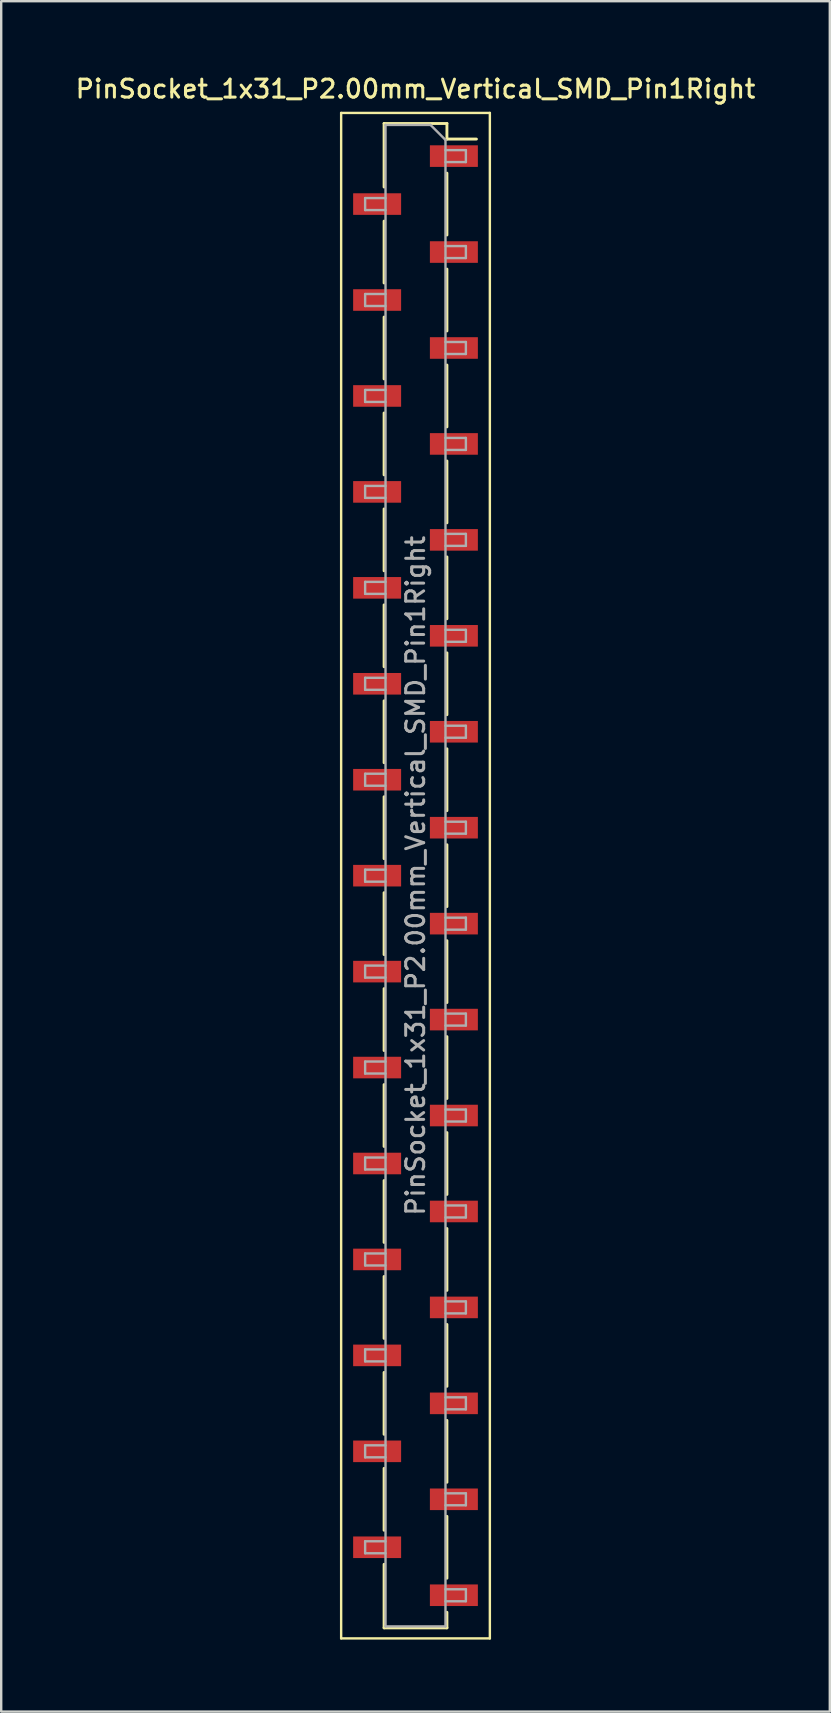
<source format=kicad_pcb>
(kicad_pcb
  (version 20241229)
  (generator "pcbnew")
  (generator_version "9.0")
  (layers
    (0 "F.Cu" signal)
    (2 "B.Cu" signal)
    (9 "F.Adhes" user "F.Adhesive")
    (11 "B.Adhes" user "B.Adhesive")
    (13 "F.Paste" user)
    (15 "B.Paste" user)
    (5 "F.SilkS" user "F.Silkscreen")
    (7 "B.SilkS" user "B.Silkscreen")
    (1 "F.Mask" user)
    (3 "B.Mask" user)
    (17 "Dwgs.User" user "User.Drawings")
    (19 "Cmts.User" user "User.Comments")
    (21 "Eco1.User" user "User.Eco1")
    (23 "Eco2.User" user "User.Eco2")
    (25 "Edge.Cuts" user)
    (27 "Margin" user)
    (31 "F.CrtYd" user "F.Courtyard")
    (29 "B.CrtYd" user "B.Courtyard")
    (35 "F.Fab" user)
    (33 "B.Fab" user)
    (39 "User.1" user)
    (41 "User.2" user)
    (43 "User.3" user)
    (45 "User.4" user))
  (footprint "PinSocket_1x31_P2.00mm_Vertical_SMD_Pin1Right"
    (layer "F.Cu")
    (at 14.273 33.458)
    (property "Reference" "PinSocket_1x31_P2.00mm_Vertical_SMD_Pin1Right" (at 0 -32.8 0) (layer "F.SilkS") (effects (font (size 0.75 0.75) (thickness 0.125))))
    (attr smd)
    (fp_line (start -3.1 -31.8) (end 3.1 -31.8) (stroke (width 0.1) (type solid)) (layer "F.SilkS"))
    (fp_line (start -3.1 31.8) (end -3.1 -31.8) (stroke (width 0.1) (type solid)) (layer "F.SilkS"))
    (fp_line (start -1.31 -31.36) (end -1.31 -28.71) (stroke (width 0.12) (type solid)) (layer "F.SilkS"))
    (fp_line (start -1.31 -31.36) (end 1.31 -31.36) (stroke (width 0.12) (type solid)) (layer "F.SilkS"))
    (fp_line (start -1.31 -27.29) (end -1.31 -24.71) (stroke (width 0.12) (type solid)) (layer "F.SilkS"))
    (fp_line (start -1.31 -23.29) (end -1.31 -20.71) (stroke (width 0.12) (type solid)) (layer "F.SilkS"))
    (fp_line (start -1.31 -19.29) (end -1.31 -16.71) (stroke (width 0.12) (type solid)) (layer "F.SilkS"))
    (fp_line (start -1.31 -15.29) (end -1.31 -12.71) (stroke (width 0.12) (type solid)) (layer "F.SilkS"))
    (fp_line (start -1.31 -11.29) (end -1.31 -8.71) (stroke (width 0.12) (type solid)) (layer "F.SilkS"))
    (fp_line (start -1.31 -7.29) (end -1.31 -4.71) (stroke (width 0.12) (type solid)) (layer "F.SilkS"))
    (fp_line (start -1.31 -3.29) (end -1.31 -0.71) (stroke (width 0.12) (type solid)) (layer "F.SilkS"))
    (fp_line (start -1.31 0.71) (end -1.31 3.29) (stroke (width 0.12) (type solid)) (layer "F.SilkS"))
    (fp_line (start -1.31 4.71) (end -1.31 7.29) (stroke (width 0.12) (type solid)) (layer "F.SilkS"))
    (fp_line (start -1.31 8.71) (end -1.31 11.29) (stroke (width 0.12) (type solid)) (layer "F.SilkS"))
    (fp_line (start -1.31 12.71) (end -1.31 15.29) (stroke (width 0.12) (type solid)) (layer "F.SilkS"))
    (fp_line (start -1.31 16.71) (end -1.31 19.29) (stroke (width 0.12) (type solid)) (layer "F.SilkS"))
    (fp_line (start -1.31 20.71) (end -1.31 23.29) (stroke (width 0.12) (type solid)) (layer "F.SilkS"))
    (fp_line (start -1.31 24.71) (end -1.31 27.29) (stroke (width 0.12) (type solid)) (layer "F.SilkS"))
    (fp_line (start -1.31 28.71) (end -1.31 31.36) (stroke (width 0.12) (type solid)) (layer "F.SilkS"))
    (fp_line (start -1.31 31.36) (end 1.31 31.36) (stroke (width 0.12) (type solid)) (layer "F.SilkS"))
    (fp_line (start 1.31 -31.36) (end 1.31 -30.71) (stroke (width 0.12) (type solid)) (layer "F.SilkS"))
    (fp_line (start 1.31 -30.71) (end 2.54 -30.71) (stroke (width 0.12) (type solid)) (layer "F.SilkS"))
    (fp_line (start 1.31 -29.29) (end 1.31 -26.71) (stroke (width 0.12) (type solid)) (layer "F.SilkS"))
    (fp_line (start 1.31 -25.29) (end 1.31 -22.71) (stroke (width 0.12) (type solid)) (layer "F.SilkS"))
    (fp_line (start 1.31 -21.29) (end 1.31 -18.71) (stroke (width 0.12) (type solid)) (layer "F.SilkS"))
    (fp_line (start 1.31 -17.29) (end 1.31 -14.71) (stroke (width 0.12) (type solid)) (layer "F.SilkS"))
    (fp_line (start 1.31 -13.29) (end 1.31 -10.71) (stroke (width 0.12) (type solid)) (layer "F.SilkS"))
    (fp_line (start 1.31 -9.29) (end 1.31 -6.71) (stroke (width 0.12) (type solid)) (layer "F.SilkS"))
    (fp_line (start 1.31 -5.29) (end 1.31 -2.71) (stroke (width 0.12) (type solid)) (layer "F.SilkS"))
    (fp_line (start 1.31 -1.29) (end 1.31 1.29) (stroke (width 0.12) (type solid)) (layer "F.SilkS"))
    (fp_line (start 1.31 2.71) (end 1.31 5.29) (stroke (width 0.12) (type solid)) (layer "F.SilkS"))
    (fp_line (start 1.31 6.71) (end 1.31 9.29) (stroke (width 0.12) (type solid)) (layer "F.SilkS"))
    (fp_line (start 1.31 10.71) (end 1.31 13.29) (stroke (width 0.12) (type solid)) (layer "F.SilkS"))
    (fp_line (start 1.31 14.71) (end 1.31 17.29) (stroke (width 0.12) (type solid)) (layer "F.SilkS"))
    (fp_line (start 1.31 18.71) (end 1.31 21.29) (stroke (width 0.12) (type solid)) (layer "F.SilkS"))
    (fp_line (start 1.31 22.71) (end 1.31 25.29) (stroke (width 0.12) (type solid)) (layer "F.SilkS"))
    (fp_line (start 1.31 26.71) (end 1.31 29.29) (stroke (width 0.12) (type solid)) (layer "F.SilkS"))
    (fp_line (start 1.31 30.71) (end 1.31 31.36) (stroke (width 0.12) (type solid)) (layer "F.SilkS"))
    (fp_line (start 3.1 -31.8) (end 3.1 31.8) (stroke (width 0.1) (type solid)) (layer "F.SilkS"))
    (fp_line (start 3.1 31.8) (end -3.1 31.8) (stroke (width 0.1) (type solid)) (layer "F.SilkS"))
    (fp_line (start -2.1 -28.25) (end -1.25 -28.25) (stroke (width 0.1) (type solid)) (layer "F.Fab"))
    (fp_line (start -2.1 -27.75) (end -2.1 -28.25) (stroke (width 0.1) (type solid)) (layer "F.Fab"))
    (fp_line (start -2.1 -24.25) (end -1.25 -24.25) (stroke (width 0.1) (type solid)) (layer "F.Fab"))
    (fp_line (start -2.1 -23.75) (end -2.1 -24.25) (stroke (width 0.1) (type solid)) (layer "F.Fab"))
    (fp_line (start -2.1 -20.25) (end -1.25 -20.25) (stroke (width 0.1) (type solid)) (layer "F.Fab"))
    (fp_line (start -2.1 -19.75) (end -2.1 -20.25) (stroke (width 0.1) (type solid)) (layer "F.Fab"))
    (fp_line (start -2.1 -16.25) (end -1.25 -16.25) (stroke (width 0.1) (type solid)) (layer "F.Fab"))
    (fp_line (start -2.1 -15.75) (end -2.1 -16.25) (stroke (width 0.1) (type solid)) (layer "F.Fab"))
    (fp_line (start -2.1 -12.25) (end -1.25 -12.25) (stroke (width 0.1) (type solid)) (layer "F.Fab"))
    (fp_line (start -2.1 -11.75) (end -2.1 -12.25) (stroke (width 0.1) (type solid)) (layer "F.Fab"))
    (fp_line (start -2.1 -8.25) (end -1.25 -8.25) (stroke (width 0.1) (type solid)) (layer "F.Fab"))
    (fp_line (start -2.1 -7.75) (end -2.1 -8.25) (stroke (width 0.1) (type solid)) (layer "F.Fab"))
    (fp_line (start -2.1 -4.25) (end -1.25 -4.25) (stroke (width 0.1) (type solid)) (layer "F.Fab"))
    (fp_line (start -2.1 -3.75) (end -2.1 -4.25) (stroke (width 0.1) (type solid)) (layer "F.Fab"))
    (fp_line (start -2.1 -0.25) (end -1.25 -0.25) (stroke (width 0.1) (type solid)) (layer "F.Fab"))
    (fp_line (start -2.1 0.25) (end -2.1 -0.25) (stroke (width 0.1) (type solid)) (layer "F.Fab"))
    (fp_line (start -2.1 3.75) (end -1.25 3.75) (stroke (width 0.1) (type solid)) (layer "F.Fab"))
    (fp_line (start -2.1 4.25) (end -2.1 3.75) (stroke (width 0.1) (type solid)) (layer "F.Fab"))
    (fp_line (start -2.1 7.75) (end -1.25 7.75) (stroke (width 0.1) (type solid)) (layer "F.Fab"))
    (fp_line (start -2.1 8.25) (end -2.1 7.75) (stroke (width 0.1) (type solid)) (layer "F.Fab"))
    (fp_line (start -2.1 11.75) (end -1.25 11.75) (stroke (width 0.1) (type solid)) (layer "F.Fab"))
    (fp_line (start -2.1 12.25) (end -2.1 11.75) (stroke (width 0.1) (type solid)) (layer "F.Fab"))
    (fp_line (start -2.1 15.75) (end -1.25 15.75) (stroke (width 0.1) (type solid)) (layer "F.Fab"))
    (fp_line (start -2.1 16.25) (end -2.1 15.75) (stroke (width 0.1) (type solid)) (layer "F.Fab"))
    (fp_line (start -2.1 19.75) (end -1.25 19.75) (stroke (width 0.1) (type solid)) (layer "F.Fab"))
    (fp_line (start -2.1 20.25) (end -2.1 19.75) (stroke (width 0.1) (type solid)) (layer "F.Fab"))
    (fp_line (start -2.1 23.75) (end -1.25 23.75) (stroke (width 0.1) (type solid)) (layer "F.Fab"))
    (fp_line (start -2.1 24.25) (end -2.1 23.75) (stroke (width 0.1) (type solid)) (layer "F.Fab"))
    (fp_line (start -2.1 27.75) (end -1.25 27.75) (stroke (width 0.1) (type solid)) (layer "F.Fab"))
    (fp_line (start -2.1 28.25) (end -2.1 27.75) (stroke (width 0.1) (type solid)) (layer "F.Fab"))
    (fp_line (start -1.25 -31.3) (end 0.625 -31.3) (stroke (width 0.1) (type solid)) (layer "F.Fab"))
    (fp_line (start -1.25 -27.75) (end -2.1 -27.75) (stroke (width 0.1) (type solid)) (layer "F.Fab"))
    (fp_line (start -1.25 -23.75) (end -2.1 -23.75) (stroke (width 0.1) (type solid)) (layer "F.Fab"))
    (fp_line (start -1.25 -19.75) (end -2.1 -19.75) (stroke (width 0.1) (type solid)) (layer "F.Fab"))
    (fp_line (start -1.25 -15.75) (end -2.1 -15.75) (stroke (width 0.1) (type solid)) (layer "F.Fab"))
    (fp_line (start -1.25 -11.75) (end -2.1 -11.75) (stroke (width 0.1) (type solid)) (layer "F.Fab"))
    (fp_line (start -1.25 -7.75) (end -2.1 -7.75) (stroke (width 0.1) (type solid)) (layer "F.Fab"))
    (fp_line (start -1.25 -3.75) (end -2.1 -3.75) (stroke (width 0.1) (type solid)) (layer "F.Fab"))
    (fp_line (start -1.25 0.25) (end -2.1 0.25) (stroke (width 0.1) (type solid)) (layer "F.Fab"))
    (fp_line (start -1.25 4.25) (end -2.1 4.25) (stroke (width 0.1) (type solid)) (layer "F.Fab"))
    (fp_line (start -1.25 8.25) (end -2.1 8.25) (stroke (width 0.1) (type solid)) (layer "F.Fab"))
    (fp_line (start -1.25 12.25) (end -2.1 12.25) (stroke (width 0.1) (type solid)) (layer "F.Fab"))
    (fp_line (start -1.25 16.25) (end -2.1 16.25) (stroke (width 0.1) (type solid)) (layer "F.Fab"))
    (fp_line (start -1.25 20.25) (end -2.1 20.25) (stroke (width 0.1) (type solid)) (layer "F.Fab"))
    (fp_line (start -1.25 24.25) (end -2.1 24.25) (stroke (width 0.1) (type solid)) (layer "F.Fab"))
    (fp_line (start -1.25 28.25) (end -2.1 28.25) (stroke (width 0.1) (type solid)) (layer "F.Fab"))
    (fp_line (start -1.25 31.3) (end -1.25 -31.3) (stroke (width 0.1) (type solid)) (layer "F.Fab"))
    (fp_line (start 0.625 -31.3) (end 1.25 -30.675) (stroke (width 0.1) (type solid)) (layer "F.Fab"))
    (fp_line (start 1.25 -30.675) (end 1.25 31.3) (stroke (width 0.1) (type solid)) (layer "F.Fab"))
    (fp_line (start 1.25 -30.25) (end 2.1 -30.25) (stroke (width 0.1) (type solid)) (layer "F.Fab"))
    (fp_line (start 1.25 -26.25) (end 2.1 -26.25) (stroke (width 0.1) (type solid)) (layer "F.Fab"))
    (fp_line (start 1.25 -22.25) (end 2.1 -22.25) (stroke (width 0.1) (type solid)) (layer "F.Fab"))
    (fp_line (start 1.25 -18.25) (end 2.1 -18.25) (stroke (width 0.1) (type solid)) (layer "F.Fab"))
    (fp_line (start 1.25 -14.25) (end 2.1 -14.25) (stroke (width 0.1) (type solid)) (layer "F.Fab"))
    (fp_line (start 1.25 -10.25) (end 2.1 -10.25) (stroke (width 0.1) (type solid)) (layer "F.Fab"))
    (fp_line (start 1.25 -6.25) (end 2.1 -6.25) (stroke (width 0.1) (type solid)) (layer "F.Fab"))
    (fp_line (start 1.25 -2.25) (end 2.1 -2.25) (stroke (width 0.1) (type solid)) (layer "F.Fab"))
    (fp_line (start 1.25 1.75) (end 2.1 1.75) (stroke (width 0.1) (type solid)) (layer "F.Fab"))
    (fp_line (start 1.25 5.75) (end 2.1 5.75) (stroke (width 0.1) (type solid)) (layer "F.Fab"))
    (fp_line (start 1.25 9.75) (end 2.1 9.75) (stroke (width 0.1) (type solid)) (layer "F.Fab"))
    (fp_line (start 1.25 13.75) (end 2.1 13.75) (stroke (width 0.1) (type solid)) (layer "F.Fab"))
    (fp_line (start 1.25 17.75) (end 2.1 17.75) (stroke (width 0.1) (type solid)) (layer "F.Fab"))
    (fp_line (start 1.25 21.75) (end 2.1 21.75) (stroke (width 0.1) (type solid)) (layer "F.Fab"))
    (fp_line (start 1.25 25.75) (end 2.1 25.75) (stroke (width 0.1) (type solid)) (layer "F.Fab"))
    (fp_line (start 1.25 29.75) (end 2.1 29.75) (stroke (width 0.1) (type solid)) (layer "F.Fab"))
    (fp_line (start 1.25 31.3) (end -1.25 31.3) (stroke (width 0.1) (type solid)) (layer "F.Fab"))
    (fp_line (start 2.1 -30.25) (end 2.1 -29.75) (stroke (width 0.1) (type solid)) (layer "F.Fab"))
    (fp_line (start 2.1 -29.75) (end 1.25 -29.75) (stroke (width 0.1) (type solid)) (layer "F.Fab"))
    (fp_line (start 2.1 -26.25) (end 2.1 -25.75) (stroke (width 0.1) (type solid)) (layer "F.Fab"))
    (fp_line (start 2.1 -25.75) (end 1.25 -25.75) (stroke (width 0.1) (type solid)) (layer "F.Fab"))
    (fp_line (start 2.1 -22.25) (end 2.1 -21.75) (stroke (width 0.1) (type solid)) (layer "F.Fab"))
    (fp_line (start 2.1 -21.75) (end 1.25 -21.75) (stroke (width 0.1) (type solid)) (layer "F.Fab"))
    (fp_line (start 2.1 -18.25) (end 2.1 -17.75) (stroke (width 0.1) (type solid)) (layer "F.Fab"))
    (fp_line (start 2.1 -17.75) (end 1.25 -17.75) (stroke (width 0.1) (type solid)) (layer "F.Fab"))
    (fp_line (start 2.1 -14.25) (end 2.1 -13.75) (stroke (width 0.1) (type solid)) (layer "F.Fab"))
    (fp_line (start 2.1 -13.75) (end 1.25 -13.75) (stroke (width 0.1) (type solid)) (layer "F.Fab"))
    (fp_line (start 2.1 -10.25) (end 2.1 -9.75) (stroke (width 0.1) (type solid)) (layer "F.Fab"))
    (fp_line (start 2.1 -9.75) (end 1.25 -9.75) (stroke (width 0.1) (type solid)) (layer "F.Fab"))
    (fp_line (start 2.1 -6.25) (end 2.1 -5.75) (stroke (width 0.1) (type solid)) (layer "F.Fab"))
    (fp_line (start 2.1 -5.75) (end 1.25 -5.75) (stroke (width 0.1) (type solid)) (layer "F.Fab"))
    (fp_line (start 2.1 -2.25) (end 2.1 -1.75) (stroke (width 0.1) (type solid)) (layer "F.Fab"))
    (fp_line (start 2.1 -1.75) (end 1.25 -1.75) (stroke (width 0.1) (type solid)) (layer "F.Fab"))
    (fp_line (start 2.1 1.75) (end 2.1 2.25) (stroke (width 0.1) (type solid)) (layer "F.Fab"))
    (fp_line (start 2.1 2.25) (end 1.25 2.25) (stroke (width 0.1) (type solid)) (layer "F.Fab"))
    (fp_line (start 2.1 5.75) (end 2.1 6.25) (stroke (width 0.1) (type solid)) (layer "F.Fab"))
    (fp_line (start 2.1 6.25) (end 1.25 6.25) (stroke (width 0.1) (type solid)) (layer "F.Fab"))
    (fp_line (start 2.1 9.75) (end 2.1 10.25) (stroke (width 0.1) (type solid)) (layer "F.Fab"))
    (fp_line (start 2.1 10.25) (end 1.25 10.25) (stroke (width 0.1) (type solid)) (layer "F.Fab"))
    (fp_line (start 2.1 13.75) (end 2.1 14.25) (stroke (width 0.1) (type solid)) (layer "F.Fab"))
    (fp_line (start 2.1 14.25) (end 1.25 14.25) (stroke (width 0.1) (type solid)) (layer "F.Fab"))
    (fp_line (start 2.1 17.75) (end 2.1 18.25) (stroke (width 0.1) (type solid)) (layer "F.Fab"))
    (fp_line (start 2.1 18.25) (end 1.25 18.25) (stroke (width 0.1) (type solid)) (layer "F.Fab"))
    (fp_line (start 2.1 21.75) (end 2.1 22.25) (stroke (width 0.1) (type solid)) (layer "F.Fab"))
    (fp_line (start 2.1 22.25) (end 1.25 22.25) (stroke (width 0.1) (type solid)) (layer "F.Fab"))
    (fp_line (start 2.1 25.75) (end 2.1 26.25) (stroke (width 0.1) (type solid)) (layer "F.Fab"))
    (fp_line (start 2.1 26.25) (end 1.25 26.25) (stroke (width 0.1) (type solid)) (layer "F.Fab"))
    (fp_line (start 2.1 29.75) (end 2.1 30.25) (stroke (width 0.1) (type solid)) (layer "F.Fab"))
    (fp_line (start 2.1 30.25) (end 1.25 30.25) (stroke (width 0.1) (type solid)) (layer "F.Fab"))
    (fp_text user "${REFERENCE}" (at 0 0 90) (layer "F.Fab") (effects (font (size 0.75 0.75) (thickness 0.125))))
    (pad "1" smd rect (at 1.6 -30) (size 2 0.9) (layers "F.Cu" "F.Mask" "F.Paste"))
    (pad "2" smd rect (at -1.6 -28) (size 2 0.9) (layers "F.Cu" "F.Mask" "F.Paste"))
    (pad "3" smd rect (at 1.6 -26) (size 2 0.9) (layers "F.Cu" "F.Mask" "F.Paste"))
    (pad "4" smd rect (at -1.6 -24) (size 2 0.9) (layers "F.Cu" "F.Mask" "F.Paste"))
    (pad "5" smd rect (at 1.6 -22) (size 2 0.9) (layers "F.Cu" "F.Mask" "F.Paste"))
    (pad "6" smd rect (at -1.6 -20) (size 2 0.9) (layers "F.Cu" "F.Mask" "F.Paste"))
    (pad "7" smd rect (at 1.6 -18) (size 2 0.9) (layers "F.Cu" "F.Mask" "F.Paste"))
    (pad "8" smd rect (at -1.6 -16) (size 2 0.9) (layers "F.Cu" "F.Mask" "F.Paste"))
    (pad "9" smd rect (at 1.6 -14) (size 2 0.9) (layers "F.Cu" "F.Mask" "F.Paste"))
    (pad "10" smd rect (at -1.6 -12) (size 2 0.9) (layers "F.Cu" "F.Mask" "F.Paste"))
    (pad "11" smd rect (at 1.6 -10) (size 2 0.9) (layers "F.Cu" "F.Mask" "F.Paste"))
    (pad "12" smd rect (at -1.6 -8) (size 2 0.9) (layers "F.Cu" "F.Mask" "F.Paste"))
    (pad "13" smd rect (at 1.6 -6) (size 2 0.9) (layers "F.Cu" "F.Mask" "F.Paste"))
    (pad "14" smd rect (at -1.6 -4) (size 2 0.9) (layers "F.Cu" "F.Mask" "F.Paste"))
    (pad "15" smd rect (at 1.6 -2) (size 2 0.9) (layers "F.Cu" "F.Mask" "F.Paste"))
    (pad "16" smd rect (at -1.6 0) (size 2 0.9) (layers "F.Cu" "F.Mask" "F.Paste"))
    (pad "17" smd rect (at 1.6 2) (size 2 0.9) (layers "F.Cu" "F.Mask" "F.Paste"))
    (pad "18" smd rect (at -1.6 4) (size 2 0.9) (layers "F.Cu" "F.Mask" "F.Paste"))
    (pad "19" smd rect (at 1.6 6) (size 2 0.9) (layers "F.Cu" "F.Mask" "F.Paste"))
    (pad "20" smd rect (at -1.6 8) (size 2 0.9) (layers "F.Cu" "F.Mask" "F.Paste"))
    (pad "21" smd rect (at 1.6 10) (size 2 0.9) (layers "F.Cu" "F.Mask" "F.Paste"))
    (pad "22" smd rect (at -1.6 12) (size 2 0.9) (layers "F.Cu" "F.Mask" "F.Paste"))
    (pad "23" smd rect (at 1.6 14) (size 2 0.9) (layers "F.Cu" "F.Mask" "F.Paste"))
    (pad "24" smd rect (at -1.6 16) (size 2 0.9) (layers "F.Cu" "F.Mask" "F.Paste"))
    (pad "25" smd rect (at 1.6 18) (size 2 0.9) (layers "F.Cu" "F.Mask" "F.Paste"))
    (pad "26" smd rect (at -1.6 20) (size 2 0.9) (layers "F.Cu" "F.Mask" "F.Paste"))
    (pad "27" smd rect (at 1.6 22) (size 2 0.9) (layers "F.Cu" "F.Mask" "F.Paste"))
    (pad "28" smd rect (at -1.6 24) (size 2 0.9) (layers "F.Cu" "F.Mask" "F.Paste"))
    (pad "29" smd rect (at 1.6 26) (size 2 0.9) (layers "F.Cu" "F.Mask" "F.Paste"))
    (pad "30" smd rect (at -1.6 28) (size 2 0.9) (layers "F.Cu" "F.Mask" "F.Paste"))
    (pad "31" smd rect (at 1.6 30) (size 2 0.9) (layers "F.Cu" "F.Mask" "F.Paste")))
  (gr_rect
    (start -3 -3)
    (end 31.546 68.308)
    (stroke (width 0.1) (type default))
    (fill no)
    (layer "Edge.Cuts")))
</source>
